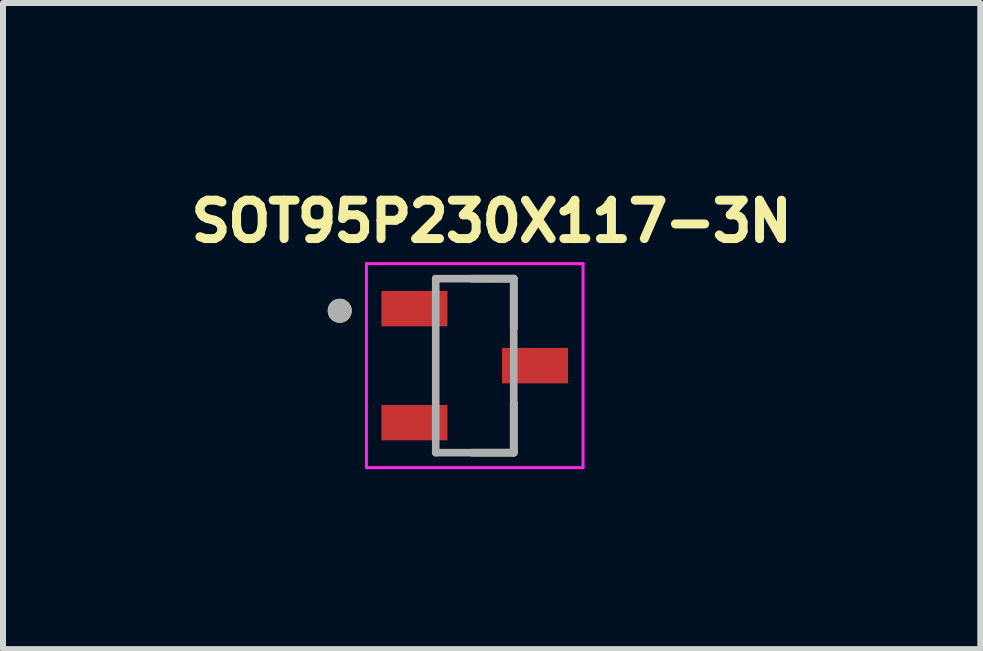
<source format=kicad_pcb>
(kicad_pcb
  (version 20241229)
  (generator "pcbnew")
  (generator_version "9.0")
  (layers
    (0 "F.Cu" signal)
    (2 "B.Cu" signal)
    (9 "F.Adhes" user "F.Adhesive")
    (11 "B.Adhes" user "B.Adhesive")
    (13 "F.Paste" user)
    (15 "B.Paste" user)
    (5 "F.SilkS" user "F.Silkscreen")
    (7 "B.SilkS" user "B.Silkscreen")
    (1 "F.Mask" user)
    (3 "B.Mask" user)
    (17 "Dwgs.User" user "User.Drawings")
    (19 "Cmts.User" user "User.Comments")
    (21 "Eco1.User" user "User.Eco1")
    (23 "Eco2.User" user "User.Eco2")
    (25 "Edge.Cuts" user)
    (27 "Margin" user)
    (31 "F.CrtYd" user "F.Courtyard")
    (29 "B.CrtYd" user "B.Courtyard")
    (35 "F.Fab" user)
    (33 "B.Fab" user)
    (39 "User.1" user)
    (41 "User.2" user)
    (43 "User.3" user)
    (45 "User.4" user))
  (footprint "SOT95P230X117-3N"
    (layer "F.Cu")
    (at 4.862 3.044)
    (property "Reference" "SOT95P230X117-3N" (at 0.282 -2.406 0) (layer "F.SilkS") (effects (font (size 0.64 0.64) (thickness 0.15))))
    (attr smd)
    (fp_line (start -0.045 -1.45) (end 0.65 -1.45) (stroke (width 0.127) (type solid)) (layer "F.SilkS"))
    (fp_line (start 0.65 -1.45) (end 0.65 -0.62) (stroke (width 0.127) (type solid)) (layer "F.SilkS"))
    (fp_line (start 0.65 1.45) (end -0.045 1.45) (stroke (width 0.127) (type solid)) (layer "F.SilkS"))
    (fp_line (start 0.65 1.45) (end 0.65 0.62) (stroke (width 0.127) (type solid)) (layer "F.SilkS"))
    (fp_circle (center -2.25 -0.915) (end -2.15 -0.915) (stroke (width 0.2) (type solid)) (fill no) (layer "F.SilkS"))
    (fp_line (start -1.805 -1.7) (end -1.805 1.7) (stroke (width 0.05) (type solid)) (layer "F.CrtYd"))
    (fp_line (start -1.805 1.7) (end 1.805 1.7) (stroke (width 0.05) (type solid)) (layer "F.CrtYd"))
    (fp_line (start 1.805 -1.7) (end -1.805 -1.7) (stroke (width 0.05) (type solid)) (layer "F.CrtYd"))
    (fp_line (start 1.805 1.7) (end 1.805 -1.7) (stroke (width 0.05) (type solid)) (layer "F.CrtYd"))
    (fp_line (start -0.65 -1.45) (end 0.65 -1.45) (stroke (width 0.127) (type solid)) (layer "F.Fab"))
    (fp_line (start -0.65 1.45) (end -0.65 -1.45) (stroke (width 0.127) (type solid)) (layer "F.Fab"))
    (fp_line (start 0.65 -1.45) (end 0.65 1.45) (stroke (width 0.127) (type solid)) (layer "F.Fab"))
    (fp_line (start 0.65 1.45) (end -0.65 1.45) (stroke (width 0.127) (type solid)) (layer "F.Fab"))
    (fp_circle (center -2.25 -0.915) (end -2.15 -0.915) (stroke (width 0.2) (type solid)) (fill no) (layer "F.Fab"))
    (pad "1" smd rect (at -1.005 -0.95) (size 1.1 0.59) (layers "F.Cu" "F.Mask" "F.Paste"))
    (pad "2" smd rect (at -1.005 0.95) (size 1.1 0.59) (layers "F.Cu" "F.Mask" "F.Paste"))
    (pad "3" smd rect (at 1.005 0) (size 1.1 0.59) (layers "F.Cu" "F.Mask" "F.Paste")))
  (gr_rect
    (start -3 -3)
    (end 13.288 7.769)
    (stroke (width 0.1) (type default))
    (fill no)
    (layer "Edge.Cuts")))
</source>
